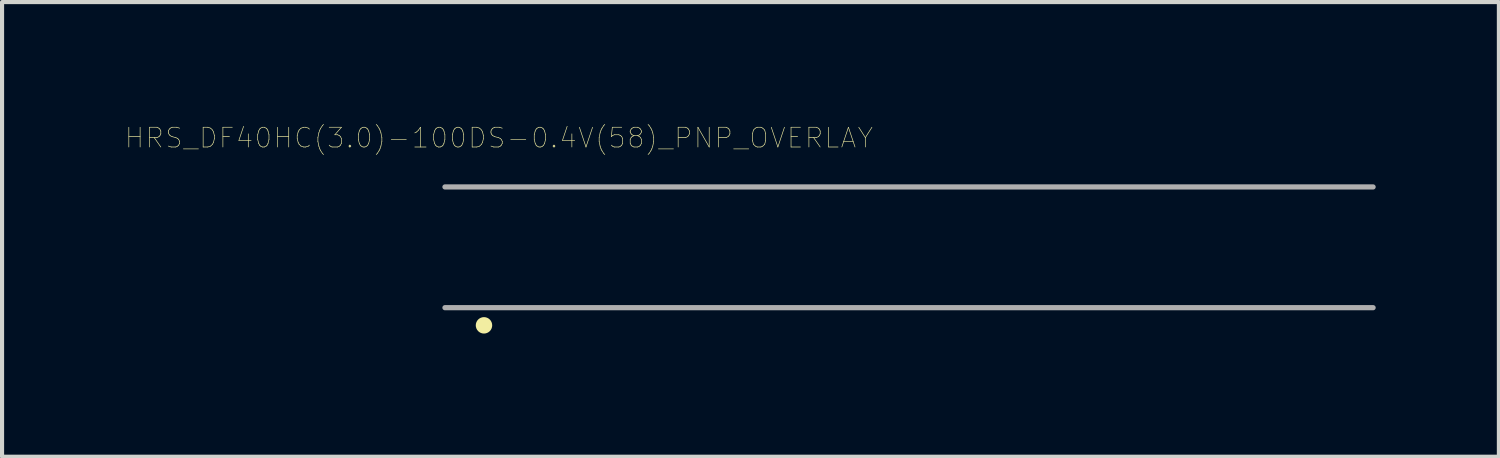
<source format=kicad_pcb>
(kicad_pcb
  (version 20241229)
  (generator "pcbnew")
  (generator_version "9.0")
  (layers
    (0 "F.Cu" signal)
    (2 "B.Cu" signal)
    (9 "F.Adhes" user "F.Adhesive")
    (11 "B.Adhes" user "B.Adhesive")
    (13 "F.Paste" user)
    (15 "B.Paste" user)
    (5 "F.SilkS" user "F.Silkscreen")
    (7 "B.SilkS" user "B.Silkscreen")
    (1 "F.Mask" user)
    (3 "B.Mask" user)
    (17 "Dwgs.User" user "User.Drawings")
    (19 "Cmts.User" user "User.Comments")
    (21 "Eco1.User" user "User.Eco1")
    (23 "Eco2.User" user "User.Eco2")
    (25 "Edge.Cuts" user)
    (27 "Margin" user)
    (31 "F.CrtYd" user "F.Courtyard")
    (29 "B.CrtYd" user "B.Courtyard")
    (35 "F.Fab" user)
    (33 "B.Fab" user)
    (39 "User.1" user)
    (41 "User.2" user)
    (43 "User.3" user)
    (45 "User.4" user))
  (footprint "HRS_DF40HC(3.0)-100DS-0.4V(58)_PNP_OVERLAY"
    (layer "F.Cu")
    (at 19.085 2.972)
    (property "Reference" "HRS_DF40HC(3.0)-100DS-0.4V(58)_PNP_OVERLAY" (at -9.985 -2.664 0) (layer "F.SilkS") (effects (font (size 0.481 0.481) (thickness 0.015))))
    (attr smd)
    (fp_circle (center -10.35 1.9) (end -10.25 1.9) (stroke (width 0.2) (type solid)) (fill no) (layer "F.SilkS"))
    (fp_line (start -11.3 -1.47) (end 11.3 -1.47) (stroke (width 0.127) (type solid)) (layer "F.Fab"))
    (fp_line (start 11.3 1.47) (end -11.3 1.47) (stroke (width 0.127) (type solid)) (layer "F.Fab"))
    (pad "" smd rect (at -9.8 -1.54) (size 0.2 0.7) (layers "Eco1.User"))
    (pad "" smd rect (at -9.8 1.54) (size 0.2 0.7) (layers "Eco1.User"))
    (pad "" smd rect (at -9.4 -1.54) (size 0.2 0.7) (layers "Eco1.User"))
    (pad "" smd rect (at -9.4 1.54) (size 0.2 0.7) (layers "Eco1.User"))
    (pad "" smd rect (at -9 -1.54) (size 0.2 0.7) (layers "Eco1.User"))
    (pad "" smd rect (at -9 1.54) (size 0.2 0.7) (layers "Eco1.User"))
    (pad "" smd rect (at -8.6 -1.54) (size 0.2 0.7) (layers "Eco1.User"))
    (pad "" smd rect (at -8.6 1.54) (size 0.2 0.7) (layers "Eco1.User"))
    (pad "" smd rect (at -8.2 -1.54) (size 0.2 0.7) (layers "Eco1.User"))
    (pad "" smd rect (at -8.2 1.54) (size 0.2 0.7) (layers "Eco1.User"))
    (pad "" smd rect (at -7.8 -1.54) (size 0.2 0.7) (layers "Eco1.User"))
    (pad "" smd rect (at -7.8 1.54) (size 0.2 0.7) (layers "Eco1.User"))
    (pad "" smd rect (at -7.4 -1.54) (size 0.2 0.7) (layers "Eco1.User"))
    (pad "" smd rect (at -7.4 1.54) (size 0.2 0.7) (layers "Eco1.User"))
    (pad "" smd rect (at -7 -1.54) (size 0.2 0.7) (layers "Eco1.User"))
    (pad "" smd rect (at -7 1.54) (size 0.2 0.7) (layers "Eco1.User"))
    (pad "" smd rect (at -6.6 -1.54) (size 0.2 0.7) (layers "Eco1.User"))
    (pad "" smd rect (at -6.6 1.54) (size 0.2 0.7) (layers "Eco1.User"))
    (pad "" smd rect (at -6.2 -1.54) (size 0.2 0.7) (layers "Eco1.User"))
    (pad "" smd rect (at -6.2 1.54) (size 0.2 0.7) (layers "Eco1.User"))
    (pad "" smd rect (at -5.8 -1.54) (size 0.2 0.7) (layers "Eco1.User"))
    (pad "" smd rect (at -5.8 1.54) (size 0.2 0.7) (layers "Eco1.User"))
    (pad "" smd rect (at -5.4 -1.54) (size 0.2 0.7) (layers "Eco1.User"))
    (pad "" smd rect (at -5.4 1.54) (size 0.2 0.7) (layers "Eco1.User"))
    (pad "" smd rect (at -5 -1.54) (size 0.2 0.7) (layers "Eco1.User"))
    (pad "" smd rect (at -5 1.54) (size 0.2 0.7) (layers "Eco1.User"))
    (pad "" smd rect (at -4.6 -1.54) (size 0.2 0.7) (layers "Eco1.User"))
    (pad "" smd rect (at -4.6 1.54) (size 0.2 0.7) (layers "Eco1.User"))
    (pad "" smd rect (at -4.2 -1.54) (size 0.2 0.7) (layers "Eco1.User"))
    (pad "" smd rect (at -4.2 1.54) (size 0.2 0.7) (layers "Eco1.User"))
    (pad "" smd rect (at -3.8 -1.54) (size 0.2 0.7) (layers "Eco1.User"))
    (pad "" smd rect (at -3.8 1.54) (size 0.2 0.7) (layers "Eco1.User"))
    (pad "" smd rect (at -3.4 -1.54) (size 0.2 0.7) (layers "Eco1.User"))
    (pad "" smd rect (at -3.4 1.54) (size 0.2 0.7) (layers "Eco1.User"))
    (pad "" smd rect (at -3 -1.54) (size 0.2 0.7) (layers "Eco1.User"))
    (pad "" smd rect (at -3 1.54) (size 0.2 0.7) (layers "Eco1.User"))
    (pad "" smd rect (at -2.6 -1.54) (size 0.2 0.7) (layers "Eco1.User"))
    (pad "" smd rect (at -2.6 1.54) (size 0.2 0.7) (layers "Eco1.User"))
    (pad "" smd rect (at -2.2 -1.54) (size 0.2 0.7) (layers "Eco1.User"))
    (pad "" smd rect (at -2.2 1.54) (size 0.2 0.7) (layers "Eco1.User"))
    (pad "" smd rect (at -1.8 -1.54) (size 0.2 0.7) (layers "Eco1.User"))
    (pad "" smd rect (at -1.8 1.54) (size 0.2 0.7) (layers "Eco1.User"))
    (pad "" smd rect (at -1.4 -1.54) (size 0.2 0.7) (layers "Eco1.User"))
    (pad "" smd rect (at -1.4 1.54) (size 0.2 0.7) (layers "Eco1.User"))
    (pad "" smd rect (at -1 -1.54) (size 0.2 0.7) (layers "Eco1.User"))
    (pad "" smd rect (at -1 1.54) (size 0.2 0.7) (layers "Eco1.User"))
    (pad "" smd rect (at -0.6 -1.54) (size 0.2 0.7) (layers "Eco1.User"))
    (pad "" smd rect (at -0.6 1.54) (size 0.2 0.7) (layers "Eco1.User"))
    (pad "" smd rect (at -0.2 -1.54) (size 0.2 0.7) (layers "Eco1.User"))
    (pad "" smd rect (at -0.2 1.54) (size 0.2 0.7) (layers "Eco1.User"))
    (pad "" smd rect (at 0.2 -1.54) (size 0.2 0.7) (layers "Eco1.User"))
    (pad "" smd rect (at 0.2 1.54) (size 0.2 0.7) (layers "Eco1.User"))
    (pad "" smd rect (at 0.6 -1.54) (size 0.2 0.7) (layers "Eco1.User"))
    (pad "" smd rect (at 0.6 1.54) (size 0.2 0.7) (layers "Eco1.User"))
    (pad "" smd rect (at 1 -1.54) (size 0.2 0.7) (layers "Eco1.User"))
    (pad "" smd rect (at 1 1.54) (size 0.2 0.7) (layers "Eco1.User"))
    (pad "" smd rect (at 1.4 -1.54) (size 0.2 0.7) (layers "Eco1.User"))
    (pad "" smd rect (at 1.4 1.54) (size 0.2 0.7) (layers "Eco1.User"))
    (pad "" smd rect (at 1.8 -1.54) (size 0.2 0.7) (layers "Eco1.User"))
    (pad "" smd rect (at 1.8 1.54) (size 0.2 0.7) (layers "Eco1.User"))
    (pad "" smd rect (at 2.2 -1.54) (size 0.2 0.7) (layers "Eco1.User"))
    (pad "" smd rect (at 2.2 1.54) (size 0.2 0.7) (layers "Eco1.User"))
    (pad "" smd rect (at 2.6 -1.54) (size 0.2 0.7) (layers "Eco1.User"))
    (pad "" smd rect (at 2.6 1.54) (size 0.2 0.7) (layers "Eco1.User"))
    (pad "" smd rect (at 3 -1.54) (size 0.2 0.7) (layers "Eco1.User"))
    (pad "" smd rect (at 3 1.54) (size 0.2 0.7) (layers "Eco1.User"))
    (pad "" smd rect (at 3.4 -1.54) (size 0.2 0.7) (layers "Eco1.User"))
    (pad "" smd rect (at 3.4 1.54) (size 0.2 0.7) (layers "Eco1.User"))
    (pad "" smd rect (at 3.8 -1.54) (size 0.2 0.7) (layers "Eco1.User"))
    (pad "" smd rect (at 3.8 1.54) (size 0.2 0.7) (layers "Eco1.User"))
    (pad "" smd rect (at 4.2 -1.54) (size 0.2 0.7) (layers "Eco1.User"))
    (pad "" smd rect (at 4.2 1.54) (size 0.2 0.7) (layers "Eco1.User"))
    (pad "" smd rect (at 4.6 -1.54) (size 0.2 0.7) (layers "Eco1.User"))
    (pad "" smd rect (at 4.6 1.54) (size 0.2 0.7) (layers "Eco1.User"))
    (pad "" smd rect (at 5 -1.54) (size 0.2 0.7) (layers "Eco1.User"))
    (pad "" smd rect (at 5 1.54) (size 0.2 0.7) (layers "Eco1.User"))
    (pad "" smd rect (at 5.4 -1.54) (size 0.2 0.7) (layers "Eco1.User"))
    (pad "" smd rect (at 5.4 1.54) (size 0.2 0.7) (layers "Eco1.User"))
    (pad "" smd rect (at 5.8 -1.54) (size 0.2 0.7) (layers "Eco1.User"))
    (pad "" smd rect (at 5.8 1.54) (size 0.2 0.7) (layers "Eco1.User"))
    (pad "" smd rect (at 6.2 -1.54) (size 0.2 0.7) (layers "Eco1.User"))
    (pad "" smd rect (at 6.2 1.54) (size 0.2 0.7) (layers "Eco1.User"))
    (pad "" smd rect (at 6.6 -1.54) (size 0.2 0.7) (layers "Eco1.User"))
    (pad "" smd rect (at 6.6 1.54) (size 0.2 0.7) (layers "Eco1.User"))
    (pad "" smd rect (at 7 -1.54) (size 0.2 0.7) (layers "Eco1.User"))
    (pad "" smd rect (at 7 1.54) (size 0.2 0.7) (layers "Eco1.User"))
    (pad "" smd rect (at 7.4 -1.54) (size 0.2 0.7) (layers "Eco1.User"))
    (pad "" smd rect (at 7.4 1.54) (size 0.2 0.7) (layers "Eco1.User"))
    (pad "" smd rect (at 7.8 -1.54) (size 0.2 0.7) (layers "Eco1.User"))
    (pad "" smd rect (at 7.8 1.54) (size 0.2 0.7) (layers "Eco1.User"))
    (pad "" smd rect (at 8.2 -1.54) (size 0.2 0.7) (layers "Eco1.User"))
    (pad "" smd rect (at 8.2 1.54) (size 0.2 0.7) (layers "Eco1.User"))
    (pad "" smd rect (at 8.6 -1.54) (size 0.2 0.7) (layers "Eco1.User"))
    (pad "" smd rect (at 8.6 1.54) (size 0.2 0.7) (layers "Eco1.User"))
    (pad "" smd rect (at 9 -1.54) (size 0.2 0.7) (layers "Eco1.User"))
    (pad "" smd rect (at 9 1.54) (size 0.2 0.7) (layers "Eco1.User"))
    (pad "" smd rect (at 9.4 -1.54) (size 0.2 0.7) (layers "Eco1.User"))
    (pad "" smd rect (at 9.4 1.54) (size 0.2 0.7) (layers "Eco1.User"))
    (pad "" smd rect (at 9.8 -1.54) (size 0.2 0.7) (layers "Eco1.User"))
    (pad "" smd rect (at 9.8 1.54) (size 0.2 0.7) (layers "Eco1.User")))
  (gr_rect
    (start -3 -3)
    (end 33.448 8.072)
    (stroke (width 0.1) (type default))
    (fill no)
    (layer "Edge.Cuts")))
</source>
